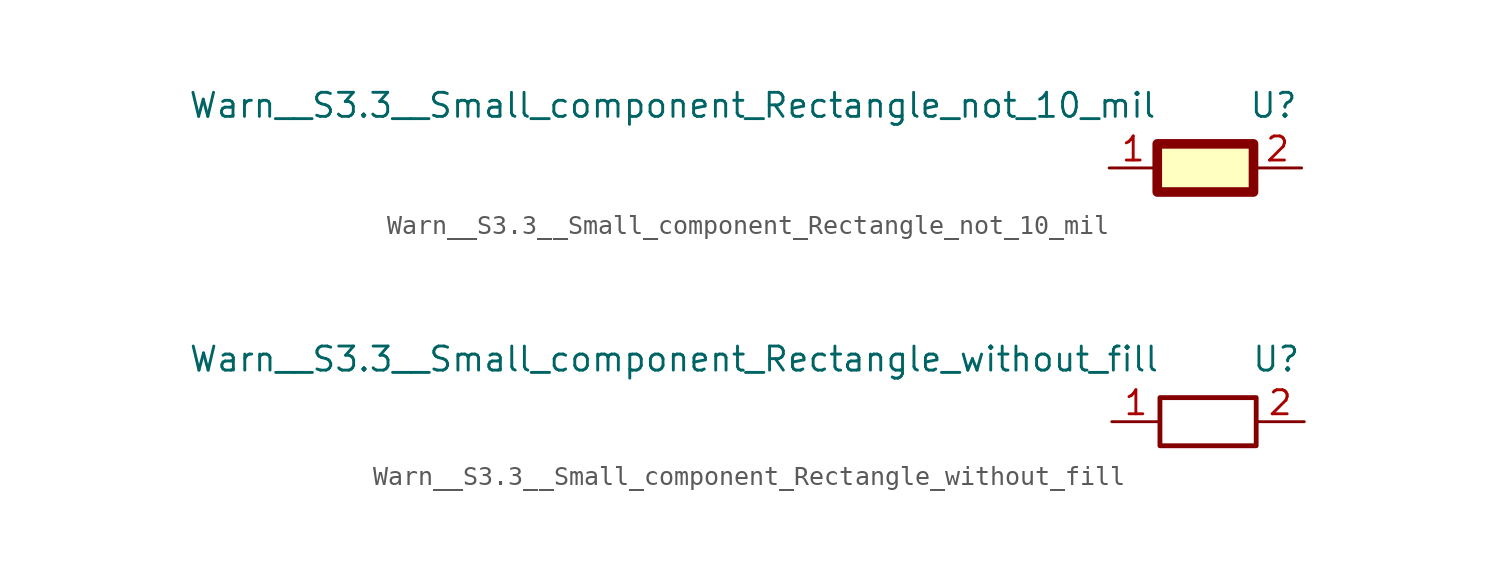
<source format=kicad_sym>
(kicad_symbol_lib
  (version 20201005)
  (generator kicad_symbol_editor)
  (symbol "CI_Test_S3.x:Warn__S3.3__Small_component_Rectangle_not_10_mil"
    (property "Reference" "U"
      (at 2.286 3.302 0)
      (effects (font (size 1.27 1.27)) (justify left)))
    (property "Value" "Warn__S3.3__Small_component_Rectangle_not_10_mil"
      (at -2.54 3.302 0)
      (effects (font (size 1.27 1.27)) (justify right)))
    (symbol "Warn__S3.3__Small_component_Rectangle_not_10_mil_0_1"
      (rectangle (start -2.54 1.27) (end 2.54 -1.27) (stroke (width 0.508)) (fill (type background))))
    (symbol "Warn__S3.3__Small_component_Rectangle_not_10_mil_1_1"
      (pin passive line (at -5.08 0 0) (length 2.54) (name "~" (effects (font (size 1.27 1.27)))) (number "1" (effects (font (size 1.27 1.27)))))
      (pin passive line (at 5.08 0 180) (length 2.54) (name "~" (effects (font (size 1.27 1.27)))) (number "2" (effects (font (size 1.27 1.27)))))))
  (symbol "CI_Test_S3.x:Warn__S3.3__Small_component_Rectangle_without_fill"
    (property "Reference" "U"
      (at 2.286 3.302 0)
      (effects (font (size 1.27 1.27)) (justify left)))
    (property "Value" "Warn__S3.3__Small_component_Rectangle_without_fill"
      (at -2.54 3.302 0)
      (effects (font (size 1.27 1.27)) (justify right)))
    (symbol "Warn__S3.3__Small_component_Rectangle_without_fill_0_1"
      (rectangle (start -2.54 1.27) (end 2.54 -1.27) (stroke (width 0.254)) (fill (type none))))
    (symbol "Warn__S3.3__Small_component_Rectangle_without_fill_1_1"
      (pin passive line (at -5.08 0 0) (length 2.54) (name "~" (effects (font (size 1.27 1.27)))) (number "1" (effects (font (size 1.27 1.27)))))
      (pin passive line (at 5.08 0 180) (length 2.54) (name "~" (effects (font (size 1.27 1.27)))) (number "2" (effects (font (size 1.27 1.27))))))))
</source>
